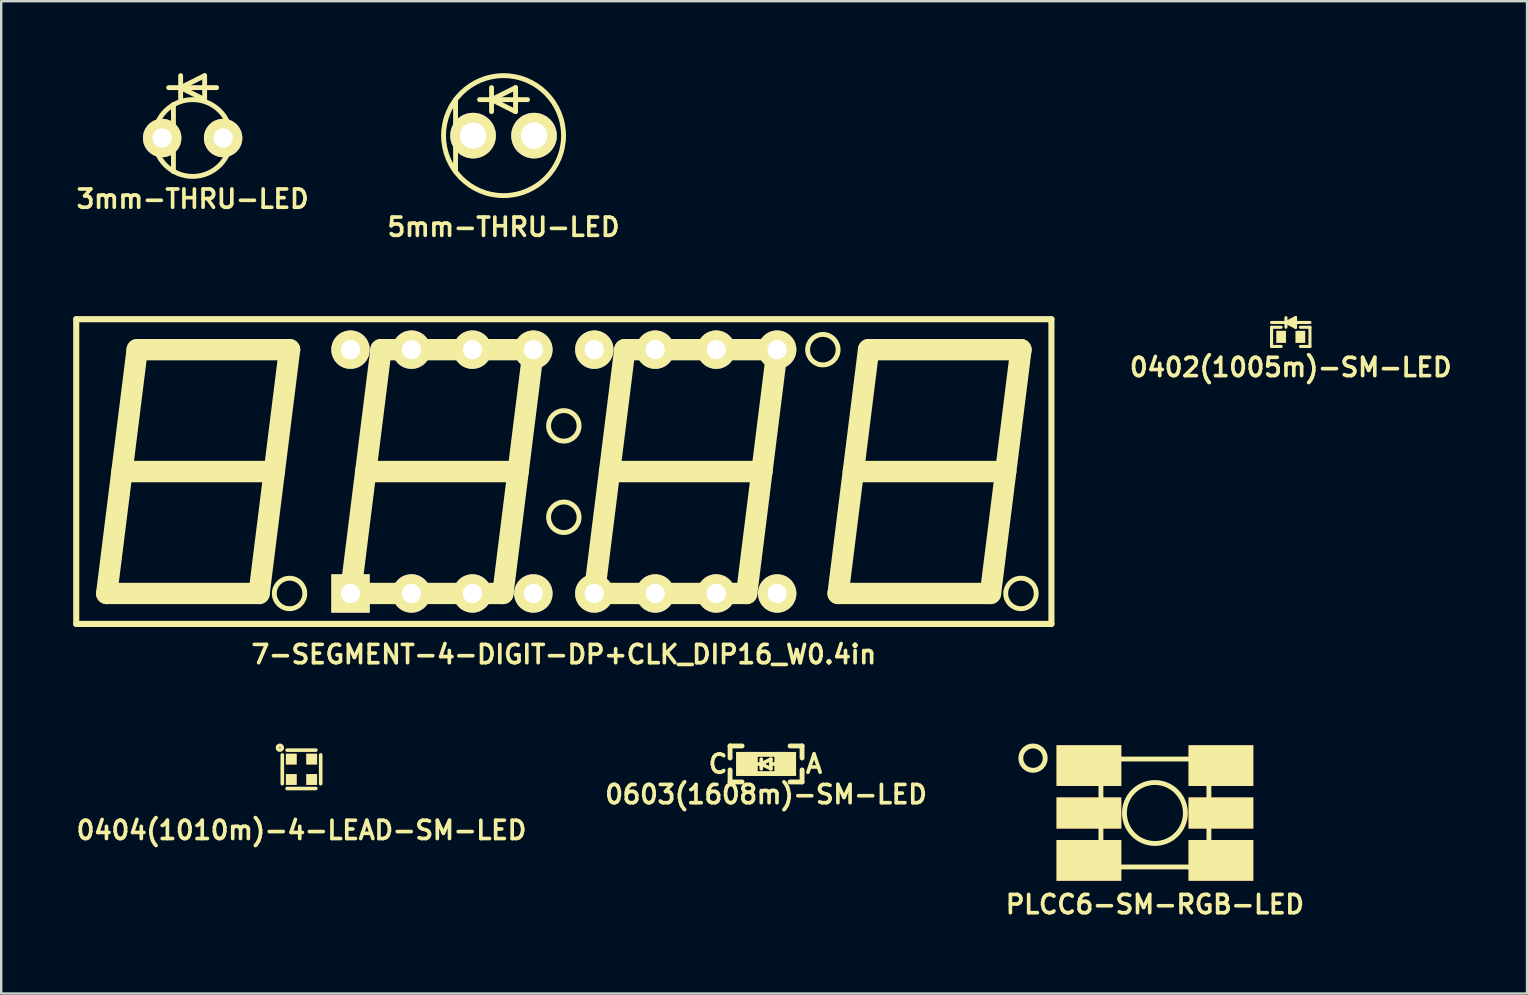
<source format=kicad_pcb>
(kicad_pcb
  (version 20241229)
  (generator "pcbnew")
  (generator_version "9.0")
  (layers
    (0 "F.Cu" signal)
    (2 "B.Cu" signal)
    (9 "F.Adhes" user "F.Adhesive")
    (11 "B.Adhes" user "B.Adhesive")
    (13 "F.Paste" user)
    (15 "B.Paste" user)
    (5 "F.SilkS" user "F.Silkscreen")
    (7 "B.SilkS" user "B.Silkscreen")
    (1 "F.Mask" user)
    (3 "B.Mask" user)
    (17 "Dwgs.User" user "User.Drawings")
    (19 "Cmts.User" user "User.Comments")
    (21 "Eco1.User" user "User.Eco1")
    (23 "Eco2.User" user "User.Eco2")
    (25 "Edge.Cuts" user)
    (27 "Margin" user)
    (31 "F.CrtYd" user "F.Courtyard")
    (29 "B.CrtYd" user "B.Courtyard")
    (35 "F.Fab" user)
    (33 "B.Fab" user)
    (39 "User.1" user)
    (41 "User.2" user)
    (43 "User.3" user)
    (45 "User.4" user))
  (footprint "0404(1010m)-4-LEAD-SM-LED"
    (layer "F.Cu")
    (at 9.514 29.01)
    (property "Reference" "0404(1010m)-4-LEAD-SM-LED" (at 0 2.54 0) (layer "F.SilkS") (effects (font (size 0.762 0.762) (thickness 0.152))))
    (attr smd)
    (fp_line (start -0.8 0.6) (end -0.8 -0.6) (stroke (width 0.15) (type solid)) (layer "F.SilkS"))
    (fp_line (start -0.6 -0.8) (end 0.6 -0.8) (stroke (width 0.15) (type solid)) (layer "F.SilkS"))
    (fp_line (start 0.6 0.8) (end -0.6 0.8) (stroke (width 0.15) (type solid)) (layer "F.SilkS"))
    (fp_line (start 0.8 -0.6) (end 0.8 0.6) (stroke (width 0.15) (type solid)) (layer "F.SilkS"))
    (fp_circle (center -0.9 -0.9) (end -1 -0.9) (stroke (width 0.15) (type solid)) (fill no) (layer "F.SilkS"))
    (pad "1" smd rect (at -0.425 -0.425) (size 0.45 0.45) (layers "F.Cu" "F.Mask" "F.SilkS" "F.Paste"))
    (pad "2" smd rect (at 0.425 -0.425) (size 0.45 0.45) (layers "F.Cu" "F.Mask" "F.SilkS" "F.Paste"))
    (pad "3" smd rect (at 0.425 0.425) (size 0.45 0.45) (layers "F.Cu" "F.Mask" "F.SilkS" "F.Paste"))
    (pad "4" smd rect (at -0.425 0.425) (size 0.45 0.45) (layers "F.Cu" "F.Mask" "F.SilkS" "F.Paste")))
  (footprint "PLCC6-SM-RGB-LED"
    (layer "F.Cu")
    (at 45.08 30.831)
    (property "Reference" "PLCC6-SM-RGB-LED" (at 0 3.81 0) (layer "F.SilkS") (effects (font (size 0.762 0.762) (thickness 0.152))))
    (attr smd)
    (fp_line (start -2.25 -2.25) (end 2.25 -2.25) (stroke (width 0.203) (type solid)) (layer "F.SilkS"))
    (fp_line (start -2.25 2.25) (end -2.25 -2.25) (stroke (width 0.203) (type solid)) (layer "F.SilkS"))
    (fp_line (start 2.25 -2.25) (end 2.25 2.25) (stroke (width 0.203) (type solid)) (layer "F.SilkS"))
    (fp_line (start 2.25 2.25) (end -2.25 2.25) (stroke (width 0.203) (type solid)) (layer "F.SilkS"))
    (fp_circle (center -5.08 -2.286) (end -4.572 -2.286) (stroke (width 0.203) (type solid)) (fill no) (layer "F.SilkS"))
    (fp_circle (center 0 0) (end 0 -1.27) (stroke (width 0.203) (type solid)) (fill no) (layer "F.SilkS"))
    (pad "1" smd rect (at -2.751 -1.976) (size 2.7 1.699) (layers "F.Cu" "F.Mask" "F.SilkS" "F.Paste"))
    (pad "2" smd rect (at -2.751 0) (size 2.7 1.3) (layers "F.Cu" "F.Mask" "F.SilkS" "F.Paste"))
    (pad "3" smd rect (at -2.751 1.976) (size 2.7 1.699) (layers "F.Cu" "F.Mask" "F.SilkS" "F.Paste"))
    (pad "4" smd rect (at 2.751 1.976) (size 2.7 1.699) (layers "F.Cu" "F.Mask" "F.SilkS" "F.Paste"))
    (pad "5" smd rect (at 2.751 0) (size 2.7 1.3) (layers "F.Cu" "F.Mask" "F.SilkS" "F.Paste"))
    (pad "6" smd rect (at 2.751 -1.976) (size 2.7 1.699) (layers "F.Cu" "F.Mask" "F.SilkS" "F.Paste")))
  (footprint "3mm-THRU-LED"
    (layer "F.Cu")
    (at 4.978 2.702)
    (property "Reference" "3mm-THRU-LED" (at 0 2.54 0) (layer "F.SilkS") (effects (font (size 0.762 0.762) (thickness 0.152))))
    (attr through_hole)
    (fp_line (start -0.8 -1.4) (end -0.8 1.4) (stroke (width 0.203) (type solid)) (layer "F.SilkS"))
    (fp_line (start -0.5 -2.1) (end 0.5 -2.6) (stroke (width 0.203) (type solid)) (layer "F.SilkS"))
    (fp_line (start -0.5 -1.6) (end -0.5 -2.6) (stroke (width 0.203) (type solid)) (layer "F.SilkS"))
    (fp_line (start 0.5 -2.6) (end 0.5 -1.6) (stroke (width 0.203) (type solid)) (layer "F.SilkS"))
    (fp_line (start 0.5 -1.6) (end -0.5 -2.1) (stroke (width 0.203) (type solid)) (layer "F.SilkS"))
    (fp_line (start 1 -2.1) (end -1 -2.1) (stroke (width 0.203) (type solid)) (layer "F.SilkS"))
    (fp_circle (center 0 0) (end 1.6 0) (stroke (width 0.203) (type solid)) (fill no) (layer "F.SilkS"))
    (pad "1" thru_hole circle (at -1.27 0 180) (size 1.6 1.6) (drill 0.8) (layers "*.Cu" "*.Mask" "F.SilkS"))
    (pad "2" thru_hole circle (at 1.27 0 180) (size 1.6 1.6) (drill 0.8) (layers "*.Cu" "*.Mask" "F.SilkS")))
  (footprint "5mm-THRU-LED"
    (layer "F.Cu")
    (at 17.935 2.602)
    (property "Reference" "5mm-THRU-LED" (at 0 3.81 0) (layer "F.SilkS") (effects (font (size 0.762 0.762) (thickness 0.152))))
    (attr through_hole)
    (fp_line (start -2 -1.5) (end -2 1.5) (stroke (width 0.203) (type solid)) (layer "F.SilkS"))
    (fp_line (start -0.5 -1.5) (end 0.5 -2) (stroke (width 0.203) (type solid)) (layer "F.SilkS"))
    (fp_line (start -0.5 -1) (end -0.5 -2) (stroke (width 0.203) (type solid)) (layer "F.SilkS"))
    (fp_line (start 0.5 -2) (end 0.5 -1) (stroke (width 0.203) (type solid)) (layer "F.SilkS"))
    (fp_line (start 0.5 -1) (end -0.5 -1.5) (stroke (width 0.203) (type solid)) (layer "F.SilkS"))
    (fp_line (start 1 -1.5) (end -1 -1.5) (stroke (width 0.203) (type solid)) (layer "F.SilkS"))
    (fp_circle (center 0 0) (end -2.5 0) (stroke (width 0.203) (type solid)) (fill no) (layer "F.SilkS"))
    (pad "1" thru_hole circle (at -1.27 0 180) (size 1.9 1.9) (drill 1.1) (layers "*.Cu" "*.Mask" "F.SilkS"))
    (pad "2" thru_hole circle (at 1.27 0 180) (size 1.9 1.9) (drill 1.1) (layers "*.Cu" "*.Mask" "F.SilkS")))
  (footprint "7-SEGMENT-4-DIGIT-DP+CLK_DIP16_W0.4in"
    (layer "F.Cu")
    (at 20.447 16.602)
    (property "Reference" "7-SEGMENT-4-DIGIT-DP+CLK_DIP16_W0.4in" (at 0 7.62 0) (layer "F.SilkS") (effects (font (size 0.762 0.762) (thickness 0.152))))
    (attr through_hole)
    (fp_line (start -20.32 -6.35) (end 20.32 -6.35) (stroke (width 0.254) (type solid)) (layer "F.SilkS"))
    (fp_line (start -20.32 6.35) (end -20.32 -6.35) (stroke (width 0.254) (type solid)) (layer "F.SilkS"))
    (fp_line (start -19.05 5.08) (end -12.7 5.08) (stroke (width 0.889) (type solid)) (layer "F.SilkS"))
    (fp_line (start -17.78 -5.08) (end -19.05 5.08) (stroke (width 0.889) (type solid)) (layer "F.SilkS"))
    (fp_line (start -12.7 5.08) (end -11.43 -5.08) (stroke (width 0.889) (type solid)) (layer "F.SilkS"))
    (fp_line (start -12.065 0) (end -18.415 0) (stroke (width 0.889) (type solid)) (layer "F.SilkS"))
    (fp_line (start -11.43 -5.08) (end -17.78 -5.08) (stroke (width 0.889) (type solid)) (layer "F.SilkS"))
    (fp_line (start -8.89 5.08) (end -2.54 5.08) (stroke (width 0.889) (type solid)) (layer "F.SilkS"))
    (fp_line (start -7.62 -5.08) (end -8.89 5.08) (stroke (width 0.889) (type solid)) (layer "F.SilkS"))
    (fp_line (start -2.54 5.08) (end -1.27 -5.08) (stroke (width 0.889) (type solid)) (layer "F.SilkS"))
    (fp_line (start -1.905 0) (end -8.255 0) (stroke (width 0.889) (type solid)) (layer "F.SilkS"))
    (fp_line (start -1.27 -5.08) (end -7.62 -5.08) (stroke (width 0.889) (type solid)) (layer "F.SilkS"))
    (fp_line (start 1.27 5.08) (end 2.54 -5.08) (stroke (width 0.889) (type solid)) (layer "F.SilkS"))
    (fp_line (start 2.54 -5.08) (end 8.89 -5.08) (stroke (width 0.889) (type solid)) (layer "F.SilkS"))
    (fp_line (start 7.62 5.08) (end 1.27 5.08) (stroke (width 0.889) (type solid)) (layer "F.SilkS"))
    (fp_line (start 8.255 0) (end 1.905 0) (stroke (width 0.889) (type solid)) (layer "F.SilkS"))
    (fp_line (start 8.89 -5.08) (end 7.62 5.08) (stroke (width 0.889) (type solid)) (layer "F.SilkS"))
    (fp_line (start 11.43 5.08) (end 17.78 5.08) (stroke (width 0.889) (type solid)) (layer "F.SilkS"))
    (fp_line (start 12.065 0) (end 18.415 0) (stroke (width 0.889) (type solid)) (layer "F.SilkS"))
    (fp_line (start 12.7 -5.08) (end 11.43 5.08) (stroke (width 0.889) (type solid)) (layer "F.SilkS"))
    (fp_line (start 17.78 5.08) (end 19.05 -5.08) (stroke (width 0.889) (type solid)) (layer "F.SilkS"))
    (fp_line (start 19.05 -5.08) (end 12.7 -5.08) (stroke (width 0.889) (type solid)) (layer "F.SilkS"))
    (fp_line (start 20.32 -6.35) (end 20.32 6.35) (stroke (width 0.254) (type solid)) (layer "F.SilkS"))
    (fp_line (start 20.32 6.35) (end -20.32 6.35) (stroke (width 0.254) (type solid)) (layer "F.SilkS"))
    (fp_circle (center -11.43 5.08) (end -10.795 5.08) (stroke (width 0.203) (type solid)) (fill no) (layer "F.SilkS"))
    (fp_circle (center -1.27 5.08) (end -1.905 5.08) (stroke (width 0.203) (type solid)) (fill no) (layer "F.SilkS"))
    (fp_circle (center 0 -1.905) (end 0 -1.27) (stroke (width 0.203) (type solid)) (fill no) (layer "F.SilkS"))
    (fp_circle (center 0 1.905) (end 0 1.27) (stroke (width 0.203) (type solid)) (fill no) (layer "F.SilkS"))
    (fp_circle (center 8.89 5.08) (end 8.255 5.08) (stroke (width 0.203) (type solid)) (fill no) (layer "F.SilkS"))
    (fp_circle (center 10.795 -5.08) (end 10.16 -5.08) (stroke (width 0.203) (type solid)) (fill no) (layer "F.SilkS"))
    (fp_circle (center 19.05 5.08) (end 19.685 5.08) (stroke (width 0.203) (type solid)) (fill no) (layer "F.SilkS"))
    (pad "1" thru_hole rect (at -8.89 5.08) (size 1.6 1.6) (drill 0.8) (layers "*.Cu" "*.Mask" "F.SilkS"))
    (pad "2" thru_hole circle (at -6.35 5.08) (size 1.6 1.6) (drill 0.8) (layers "*.Cu" "*.Mask" "F.SilkS"))
    (pad "3" thru_hole circle (at -3.81 5.08) (size 1.6 1.6) (drill 0.8) (layers "*.Cu" "*.Mask" "F.SilkS"))
    (pad "4" thru_hole circle (at -1.27 5.08) (size 1.6 1.6) (drill 0.8) (layers "*.Cu" "*.Mask" "F.SilkS"))
    (pad "5" thru_hole circle (at 1.27 5.08) (size 1.6 1.6) (drill 0.8) (layers "*.Cu" "*.Mask" "F.SilkS"))
    (pad "6" thru_hole circle (at 3.81 5.08) (size 1.6 1.6) (drill 0.8) (layers "*.Cu" "*.Mask" "F.SilkS"))
    (pad "7" thru_hole circle (at 6.35 5.08) (size 1.6 1.6) (drill 0.8) (layers "*.Cu" "*.Mask" "F.SilkS"))
    (pad "8" thru_hole circle (at 8.89 5.08) (size 1.6 1.6) (drill 0.8) (layers "*.Cu" "*.Mask" "F.SilkS"))
    (pad "9" thru_hole circle (at 8.89 -5.08) (size 1.6 1.6) (drill 0.8) (layers "*.Cu" "*.Mask" "F.SilkS"))
    (pad "10" thru_hole circle (at 6.35 -5.08) (size 1.6 1.6) (drill 0.8) (layers "*.Cu" "*.Mask" "F.SilkS"))
    (pad "11" thru_hole circle (at 3.81 -5.08) (size 1.6 1.6) (drill 0.8) (layers "*.Cu" "*.Mask" "F.SilkS"))
    (pad "12" thru_hole circle (at 1.27 -5.08) (size 1.6 1.6) (drill 0.8) (layers "*.Cu" "*.Mask" "F.SilkS"))
    (pad "13" thru_hole circle (at -1.27 -5.08) (size 1.6 1.6) (drill 0.8) (layers "*.Cu" "*.Mask" "F.SilkS"))
    (pad "14" thru_hole circle (at -3.81 -5.08) (size 1.6 1.6) (drill 0.8) (layers "*.Cu" "*.Mask" "F.SilkS"))
    (pad "15" thru_hole circle (at -6.35 -5.08) (size 1.6 1.6) (drill 0.8) (layers "*.Cu" "*.Mask" "F.SilkS"))
    (pad "16" thru_hole circle (at -8.89 -5.08) (size 1.6 1.6) (drill 0.8) (layers "*.Cu" "*.Mask" "F.SilkS")))
  (footprint "0603(1608m)-SM-LED"
    (layer "F.Cu")
    (at 28.875 28.787)
    (property "Reference" "0603(1608m)-SM-LED" (at 0 1.27 0) (layer "F.SilkS") (effects (font (size 0.762 0.762) (thickness 0.152))))
    (attr smd)
    (fp_line (start -1.5 -0.75) (end -1.5 -0.25) (stroke (width 0.203) (type solid)) (layer "F.SilkS"))
    (fp_line (start -1.5 -0.75) (end -1 -0.75) (stroke (width 0.203) (type solid)) (layer "F.SilkS"))
    (fp_line (start -1.5 0.25) (end -1.5 0.75) (stroke (width 0.203) (type solid)) (layer "F.SilkS"))
    (fp_line (start -1.5 0.75) (end -1 0.75) (stroke (width 0.203) (type solid)) (layer "F.SilkS"))
    (fp_line (start -0.8 -0.4) (end -0.8 0.4) (stroke (width 0.203) (type solid)) (layer "F.SilkS"))
    (fp_line (start -0.8 0.4) (end 0.8 0.4) (stroke (width 0.203) (type solid)) (layer "F.SilkS"))
    (fp_line (start -0.2 -0.2) (end -0.2 0.2) (stroke (width 0.152) (type solid)) (layer "F.SilkS"))
    (fp_line (start -0.2 0) (end -0.6 0) (stroke (width 0.152) (type solid)) (layer "F.SilkS"))
    (fp_line (start -0.2 0) (end 0.2 -0.2) (stroke (width 0.152) (type solid)) (layer "F.SilkS"))
    (fp_line (start 0.2 -0.2) (end 0.2 0.2) (stroke (width 0.152) (type solid)) (layer "F.SilkS"))
    (fp_line (start 0.2 0) (end 0.6 0) (stroke (width 0.152) (type solid)) (layer "F.SilkS"))
    (fp_line (start 0.2 0.2) (end -0.2 0) (stroke (width 0.152) (type solid)) (layer "F.SilkS"))
    (fp_line (start 0.8 -0.4) (end -0.8 -0.4) (stroke (width 0.203) (type solid)) (layer "F.SilkS"))
    (fp_line (start 0.8 0.4) (end 0.8 -0.4) (stroke (width 0.203) (type solid)) (layer "F.SilkS"))
    (fp_line (start 1 0.75) (end 1.5 0.75) (stroke (width 0.203) (type solid)) (layer "F.SilkS"))
    (fp_line (start 1.5 -0.75) (end 1 -0.75) (stroke (width 0.203) (type solid)) (layer "F.SilkS"))
    (fp_line (start 1.5 -0.25) (end 1.5 -0.75) (stroke (width 0.203) (type solid)) (layer "F.SilkS"))
    (fp_line (start 1.5 0.75) (end 1.5 0.25) (stroke (width 0.203) (type solid)) (layer "F.SilkS"))
    (fp_text user "A" (at 2 0 0) (layer "F.SilkS") (effects (font (size 0.762 0.762) (thickness 0.152))))
    (fp_text user "C" (at -2 0 0) (layer "F.SilkS") (effects (font (size 0.762 0.762) (thickness 0.152))))
    (pad "1" smd rect (at -0.8 0) (size 0.9 1) (layers "F.Cu" "F.Mask" "F.SilkS" "F.Paste"))
    (pad "2" smd rect (at 0.8 0) (size 0.9 1) (layers "F.Cu" "F.Mask" "F.SilkS" "F.Paste")))
  (footprint "0402(1005m)-SM-LED"
    (layer "F.Cu")
    (at 50.741 10.988)
    (property "Reference" "0402(1005m)-SM-LED" (at 0 1.27 0) (layer "F.SilkS") (effects (font (size 0.762 0.762) (thickness 0.152))))
    (attr smd)
    (fp_line (start -0.8 -0.4) (end -0.8 0.4) (stroke (width 0.127) (type solid)) (layer "F.SilkS"))
    (fp_line (start -0.8 0.4) (end -0.4 0.4) (stroke (width 0.127) (type solid)) (layer "F.SilkS"))
    (fp_line (start -0.4 -0.6) (end -0.8 -0.6) (stroke (width 0.127) (type solid)) (layer "F.SilkS"))
    (fp_line (start -0.4 -0.6) (end 0.4 -0.6) (stroke (width 0.127) (type solid)) (layer "F.SilkS"))
    (fp_line (start -0.4 -0.4) (end -0.8 -0.4) (stroke (width 0.127) (type solid)) (layer "F.SilkS"))
    (fp_line (start -0.2 -0.6) (end 0.2 -0.8) (stroke (width 0.127) (type solid)) (layer "F.SilkS"))
    (fp_line (start -0.2 -0.4) (end -0.2 -0.8) (stroke (width 0.127) (type solid)) (layer "F.SilkS"))
    (fp_line (start 0.2 -0.8) (end 0 -0.6) (stroke (width 0.127) (type solid)) (layer "F.SilkS"))
    (fp_line (start 0.2 -0.8) (end 0.2 -0.4) (stroke (width 0.127) (type solid)) (layer "F.SilkS"))
    (fp_line (start 0.2 -0.4) (end -0.2 -0.6) (stroke (width 0.127) (type solid)) (layer "F.SilkS"))
    (fp_line (start 0.2 -0.4) (end 0 -0.6) (stroke (width 0.127) (type solid)) (layer "F.SilkS"))
    (fp_line (start 0.4 -0.6) (end 0.8 -0.6) (stroke (width 0.127) (type solid)) (layer "F.SilkS"))
    (fp_line (start 0.4 -0.4) (end 0.8 -0.4) (stroke (width 0.127) (type solid)) (layer "F.SilkS"))
    (fp_line (start 0.8 -0.4) (end 0.8 0.4) (stroke (width 0.127) (type solid)) (layer "F.SilkS"))
    (fp_line (start 0.8 0.4) (end 0.4 0.4) (stroke (width 0.127) (type solid)) (layer "F.SilkS"))
    (pad "1" smd rect (at -0.4 0) (size 0.4 0.5) (layers "F.Cu" "F.Mask" "F.SilkS" "F.Paste"))
    (pad "2" smd rect (at 0.4 0) (size 0.4 0.5) (layers "F.Cu" "F.Mask" "F.SilkS" "F.Paste")))
  (gr_rect
    (start -3 -3)
    (end 60.588 38.354)
    (stroke (width 0.1) (type default))
    (fill no)
    (layer "Edge.Cuts")))
</source>
